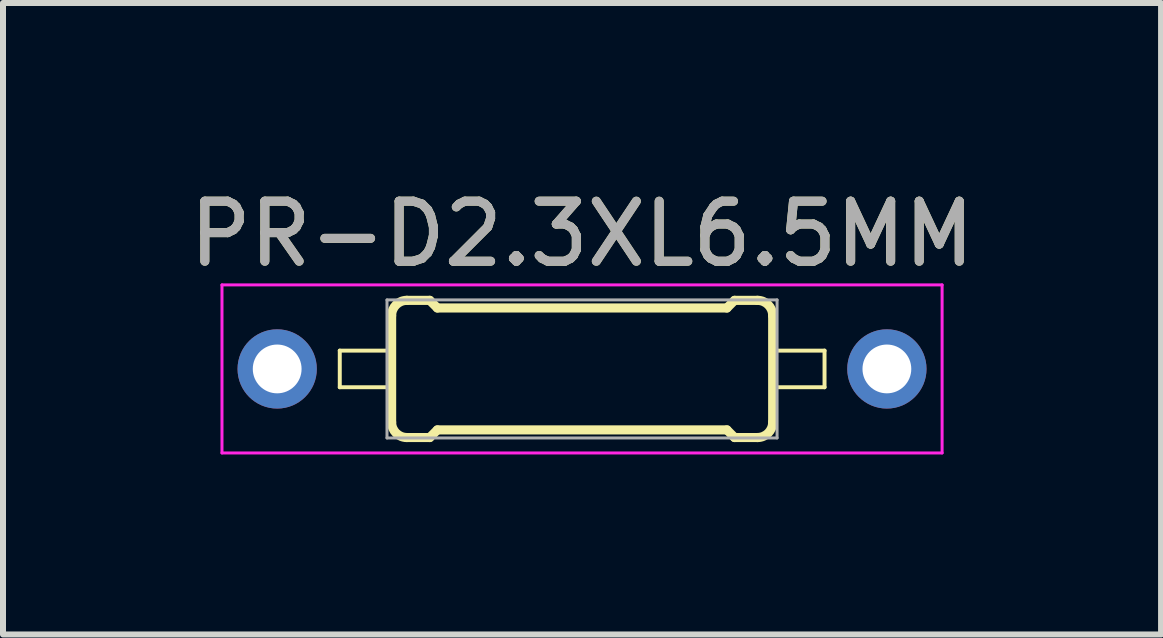
<source format=kicad_pcb>
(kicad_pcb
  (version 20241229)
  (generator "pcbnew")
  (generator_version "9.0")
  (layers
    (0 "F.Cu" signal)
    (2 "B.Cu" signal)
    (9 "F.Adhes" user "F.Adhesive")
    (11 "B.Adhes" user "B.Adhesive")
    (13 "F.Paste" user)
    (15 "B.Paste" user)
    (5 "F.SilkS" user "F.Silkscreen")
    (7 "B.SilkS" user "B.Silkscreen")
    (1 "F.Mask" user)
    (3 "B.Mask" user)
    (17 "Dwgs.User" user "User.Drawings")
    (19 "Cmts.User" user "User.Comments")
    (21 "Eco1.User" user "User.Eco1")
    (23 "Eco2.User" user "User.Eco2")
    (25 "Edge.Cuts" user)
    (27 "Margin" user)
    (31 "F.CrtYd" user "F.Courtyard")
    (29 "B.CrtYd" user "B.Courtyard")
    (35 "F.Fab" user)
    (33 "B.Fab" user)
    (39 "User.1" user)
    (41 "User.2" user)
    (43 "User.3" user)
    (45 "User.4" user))
  (footprint "PR-D2.3XL6.5MM"
    (layer "F.Cu")
    (at 6.649 3.098)
    (property "Reference" "PR-D2.3XL6.5MM" (at 0 -2.25 0) (layer "F.SilkS") (effects (font (size 1 1) (thickness 0.15))))
    (attr exclude_from_pos_files exclude_from_bom)
    (fp_line (start -4.037 -0.305) (end -3.173 -0.305) (stroke (width 0.066) (type solid)) (layer "F.SilkS"))
    (fp_line (start -4.037 0.305) (end -4.037 -0.305) (stroke (width 0.066) (type solid)) (layer "F.SilkS"))
    (fp_line (start -4.037 0.305) (end -3.173 0.305) (stroke (width 0.066) (type solid)) (layer "F.SilkS"))
    (fp_line (start -3.173 0.305) (end -3.173 -0.305) (stroke (width 0.066) (type solid)) (layer "F.SilkS"))
    (fp_line (start -3.173 0.889) (end -3.173 -0.889) (stroke (width 0.152) (type solid)) (layer "F.SilkS"))
    (fp_line (start -2.919 -1.143) (end -2.538 -1.143) (stroke (width 0.152) (type solid)) (layer "F.SilkS"))
    (fp_line (start -2.919 1.143) (end -2.538 1.143) (stroke (width 0.152) (type solid)) (layer "F.SilkS"))
    (fp_line (start -2.411 -1.016) (end -2.538 -1.143) (stroke (width 0.152) (type solid)) (layer "F.SilkS"))
    (fp_line (start -2.411 1.016) (end -2.538 1.143) (stroke (width 0.152) (type solid)) (layer "F.SilkS"))
    (fp_line (start 2.415 -1.016) (end -2.411 -1.016) (stroke (width 0.152) (type solid)) (layer "F.SilkS"))
    (fp_line (start 2.415 -1.016) (end 2.542 -1.143) (stroke (width 0.152) (type solid)) (layer "F.SilkS"))
    (fp_line (start 2.415 1.016) (end -2.411 1.016) (stroke (width 0.152) (type solid)) (layer "F.SilkS"))
    (fp_line (start 2.415 1.016) (end 2.542 1.143) (stroke (width 0.152) (type solid)) (layer "F.SilkS"))
    (fp_line (start 2.923 -1.143) (end 2.542 -1.143) (stroke (width 0.152) (type solid)) (layer "F.SilkS"))
    (fp_line (start 2.923 1.143) (end 2.542 1.143) (stroke (width 0.152) (type solid)) (layer "F.SilkS"))
    (fp_line (start 3.177 -0.305) (end 4.041 -0.305) (stroke (width 0.066) (type solid)) (layer "F.SilkS"))
    (fp_line (start 3.177 0.305) (end 3.177 -0.305) (stroke (width 0.066) (type solid)) (layer "F.SilkS"))
    (fp_line (start 3.177 0.305) (end 4.041 0.305) (stroke (width 0.066) (type solid)) (layer "F.SilkS"))
    (fp_line (start 3.177 0.889) (end 3.177 -0.889) (stroke (width 0.152) (type solid)) (layer "F.SilkS"))
    (fp_line (start 4.041 0.305) (end 4.041 -0.305) (stroke (width 0.066) (type solid)) (layer "F.SilkS"))
    (fp_arc (start -3.173 -0.889) (mid -3.098605 -1.068605) (end -2.919 -1.143) (stroke (width 0.1524) (type solid)) (layer "F.SilkS"))
    (fp_arc (start -2.919 1.143) (mid -3.098605 1.068605) (end -3.173 0.889) (stroke (width 0.1524) (type solid)) (layer "F.SilkS"))
    (fp_arc (start 2.923 -1.143) (mid 3.102605 -1.068605) (end 3.177 -0.889) (stroke (width 0.1524) (type solid)) (layer "F.SilkS"))
    (fp_arc (start 3.177 0.889) (mid 3.102605 1.068605) (end 2.923 1.143) (stroke (width 0.1524) (type solid)) (layer "F.SilkS"))
    (fp_line (start -6 -1.4) (end 6 -1.4) (stroke (width 0.05) (type solid)) (layer "F.CrtYd"))
    (fp_line (start -6 1.4) (end -6 -1.4) (stroke (width 0.05) (type solid)) (layer "F.CrtYd"))
    (fp_line (start 6 -1.4) (end 6 1.4) (stroke (width 0.05) (type solid)) (layer "F.CrtYd"))
    (fp_line (start 6 1.4) (end -6 1.4) (stroke (width 0.05) (type solid)) (layer "F.CrtYd"))
    (fp_line (start -3.25 -1.15) (end 3.25 -1.15) (stroke (width 0.05) (type solid)) (layer "F.Fab"))
    (fp_line (start -3.25 1.15) (end -3.25 -1.15) (stroke (width 0.05) (type solid)) (layer "F.Fab"))
    (fp_line (start 3.25 -1.15) (end 3.25 1.15) (stroke (width 0.05) (type solid)) (layer "F.Fab"))
    (fp_line (start 3.25 1.15) (end -3.25 1.15) (stroke (width 0.05) (type solid)) (layer "F.Fab"))
    (fp_text user "${REFERENCE}" (at 0 -2.25 0) (layer "F.Fab") (effects (font (size 1 1) (thickness 0.15))))
    (pad "1" thru_hole circle (at -5.08 0) (size 1.321 1.321) (drill 0.813) (layers "*.Cu" "*.Mask"))
    (pad "2" thru_hole circle (at 5.08 0) (size 1.321 1.321) (drill 0.813) (layers "*.Cu" "*.Mask")))
  (gr_rect
    (start -3 -3)
    (end 16.298 7.523)
    (stroke (width 0.1) (type default))
    (fill no)
    (layer "Edge.Cuts")))
</source>
